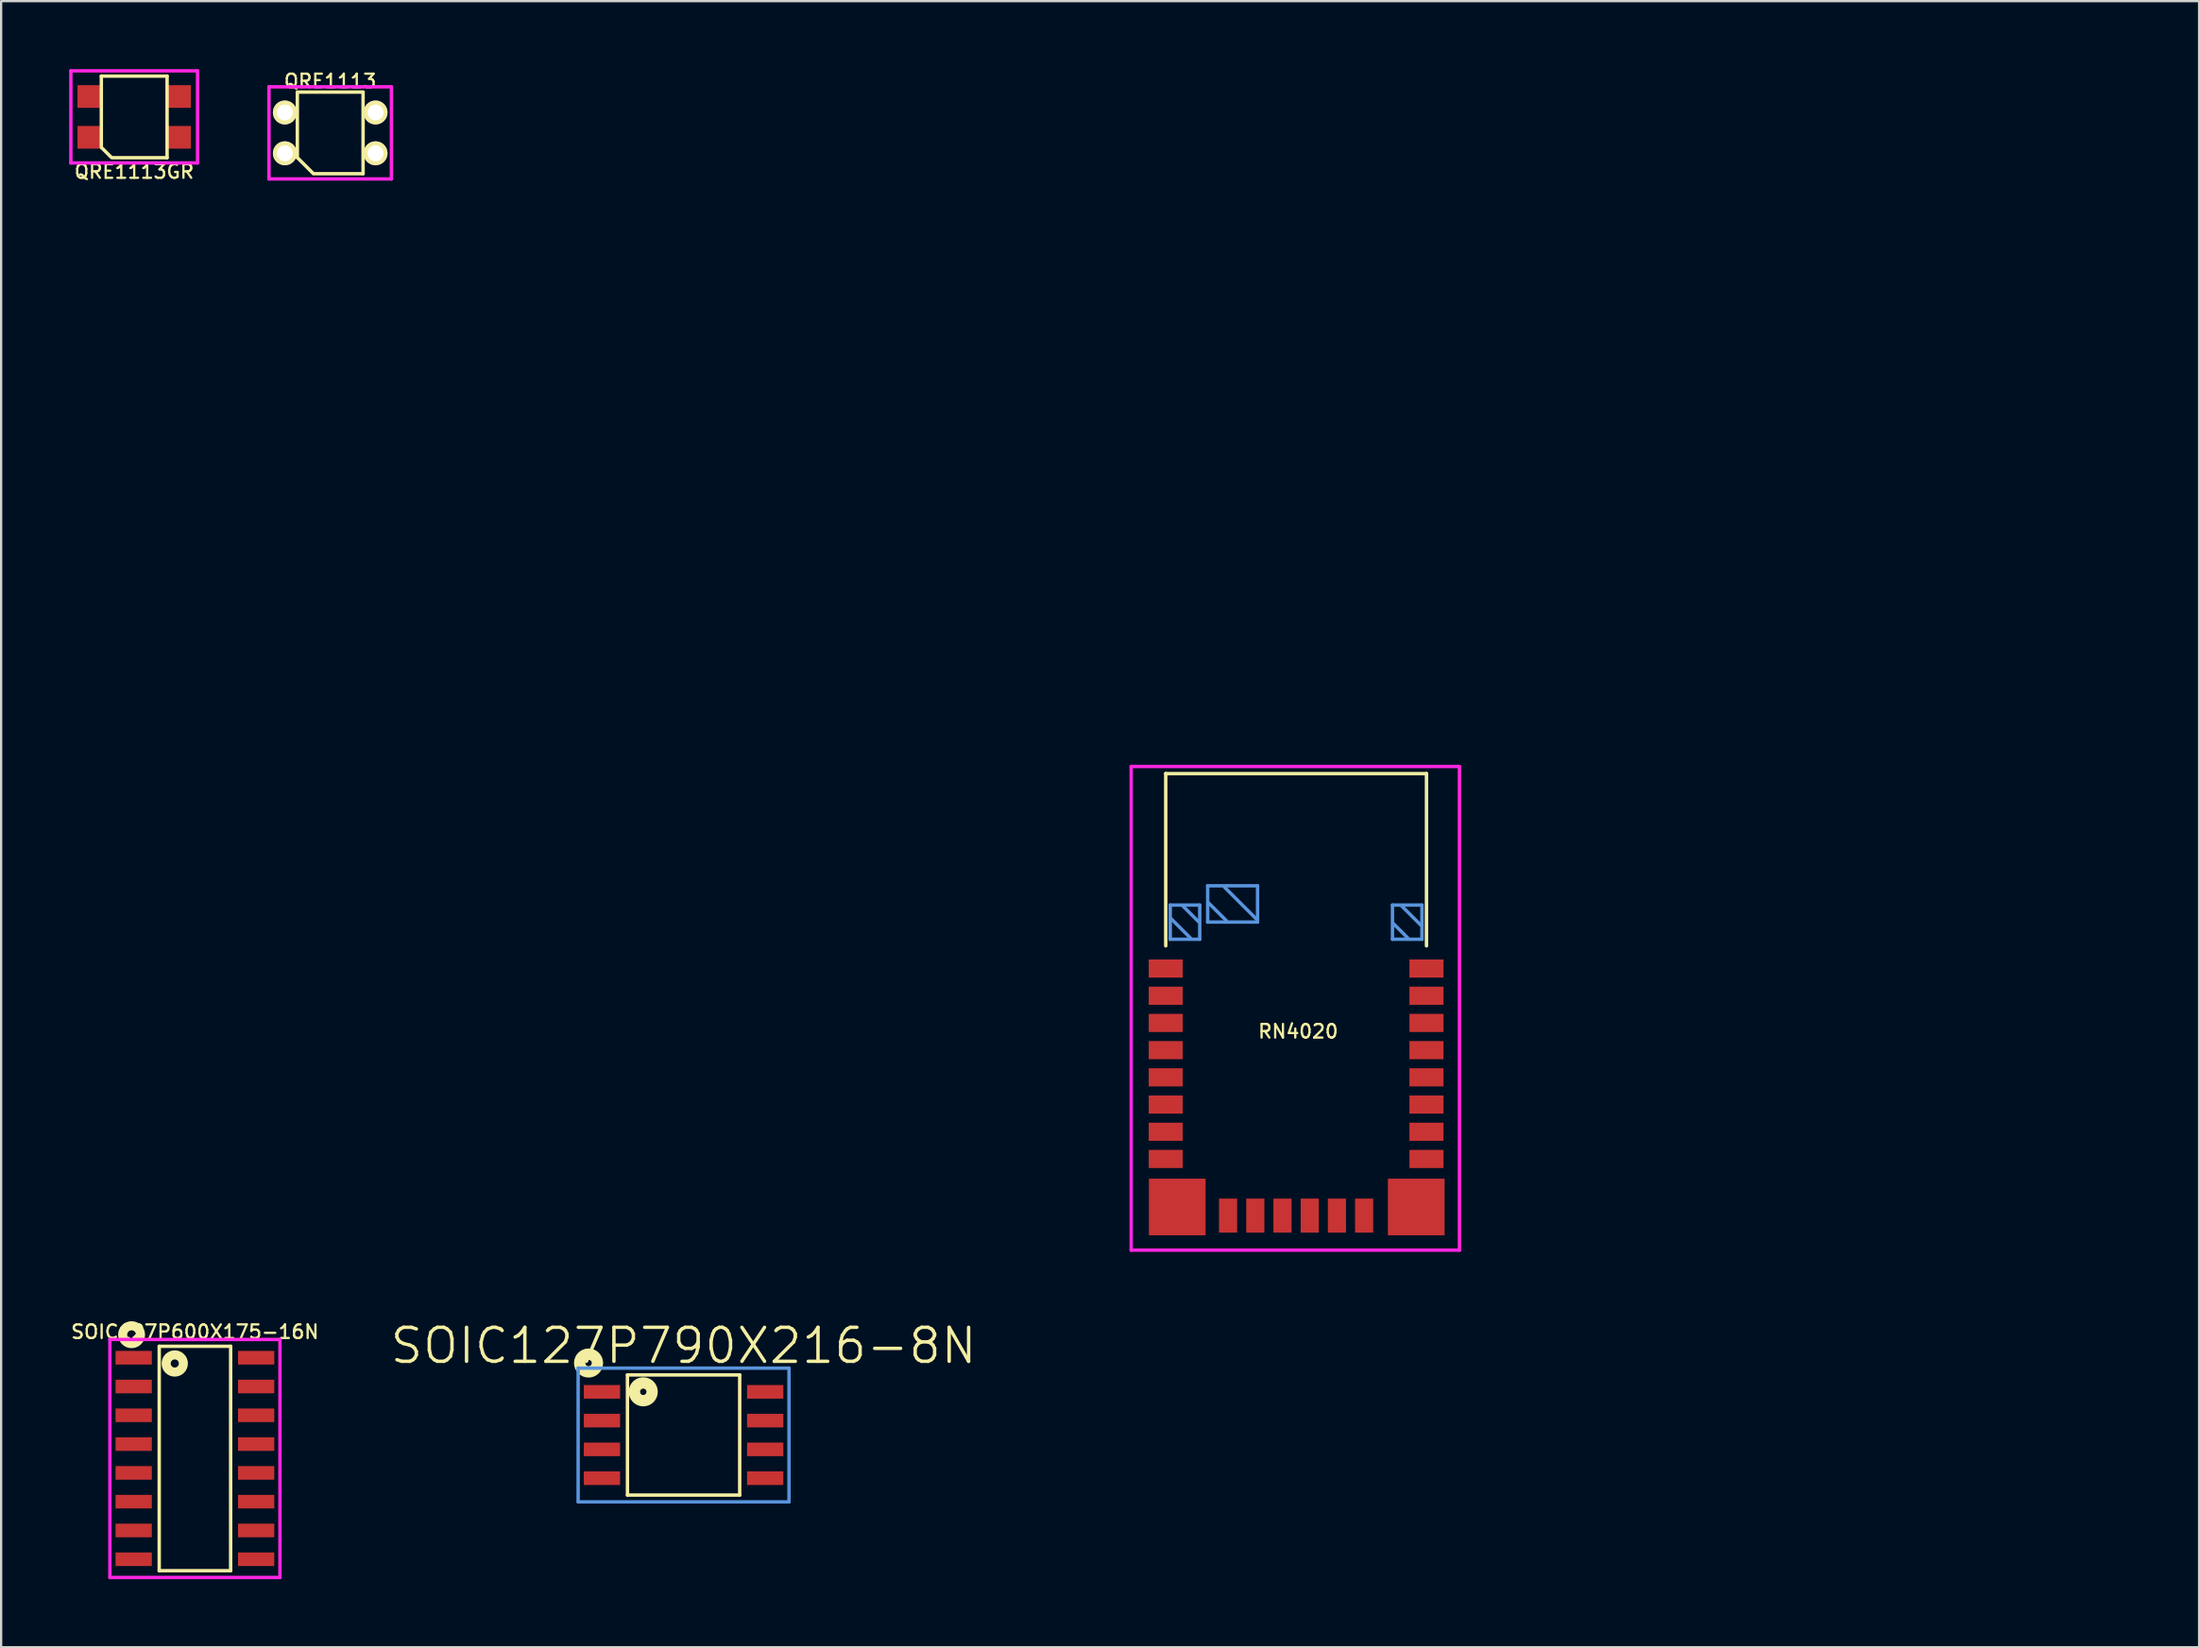
<source format=kicad_pcb>
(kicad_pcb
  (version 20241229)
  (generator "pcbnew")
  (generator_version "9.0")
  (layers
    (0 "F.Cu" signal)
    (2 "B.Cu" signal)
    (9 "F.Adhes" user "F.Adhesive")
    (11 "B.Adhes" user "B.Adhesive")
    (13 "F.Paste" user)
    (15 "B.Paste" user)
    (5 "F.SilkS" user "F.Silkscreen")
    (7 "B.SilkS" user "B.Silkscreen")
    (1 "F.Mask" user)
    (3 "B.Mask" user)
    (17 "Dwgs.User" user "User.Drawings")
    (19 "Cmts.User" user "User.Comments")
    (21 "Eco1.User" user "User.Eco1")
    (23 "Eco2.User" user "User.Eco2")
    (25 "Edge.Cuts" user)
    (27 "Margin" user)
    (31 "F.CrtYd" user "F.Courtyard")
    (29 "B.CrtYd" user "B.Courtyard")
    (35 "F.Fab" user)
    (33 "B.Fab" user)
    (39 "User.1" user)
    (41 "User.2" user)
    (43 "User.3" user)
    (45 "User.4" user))
  (footprint "RN4020"
    (layer "F.Cu")
    (at 48.363 50.575)
    (property "Reference" "RN4020" (at 5.842 -8.128 0) (layer "F.SilkS") (effects (font (size 0.6 0.6) (thickness 0.1))))
    (attr through_hole)
    (fp_line (start 0 -19.5) (end 11.5 -19.5) (stroke (width 0.15) (type solid)) (layer "F.SilkS"))
    (fp_line (start 0 -11.9) (end 0 -19.5) (stroke (width 0.15) (type solid)) (layer "F.SilkS"))
    (fp_line (start 11.5 -19.5) (end 11.5 -11.9) (stroke (width 0.15) (type solid)) (layer "F.SilkS"))
    (fp_line (start 0.2 -13.7) (end 0.2 -12.192) (stroke (width 0.15) (type solid)) (layer "Cmts.User"))
    (fp_line (start 0.2 -12.192) (end 1.5 -12.192) (stroke (width 0.15) (type solid)) (layer "Cmts.User"))
    (fp_line (start 0.254 -13.081) (end 1.079 -12.255) (stroke (width 0.15) (type solid)) (layer "Cmts.User"))
    (fp_line (start 0.762 -13.652) (end 1.46 -12.954) (stroke (width 0.15) (type solid)) (layer "Cmts.User"))
    (fp_line (start 1.5 -13.7) (end 0.2 -13.7) (stroke (width 0.15) (type solid)) (layer "Cmts.User"))
    (fp_line (start 1.5 -12.192) (end 1.5 -13.7) (stroke (width 0.15) (type solid)) (layer "Cmts.User"))
    (fp_line (start 1.85 -14.55) (end 1.85 -12.95) (stroke (width 0.15) (type solid)) (layer "Cmts.User"))
    (fp_line (start 1.85 -12.95) (end 4.05 -12.95) (stroke (width 0.15) (type solid)) (layer "Cmts.User"))
    (fp_line (start 1.905 -13.78) (end 2.667 -13.018) (stroke (width 0.15) (type solid)) (layer "Cmts.User"))
    (fp_line (start 2.603 -14.478) (end 4 -13.081) (stroke (width 0.15) (type solid)) (layer "Cmts.User"))
    (fp_line (start 4.05 -14.55) (end 1.85 -14.55) (stroke (width 0.15) (type solid)) (layer "Cmts.User"))
    (fp_line (start 4.05 -12.95) (end 4.05 -14.55) (stroke (width 0.15) (type solid)) (layer "Cmts.User"))
    (fp_line (start 10 -13.7) (end 10 -12.192) (stroke (width 0.15) (type solid)) (layer "Cmts.User"))
    (fp_line (start 10 -12.192) (end 11.3 -12.192) (stroke (width 0.15) (type solid)) (layer "Cmts.User"))
    (fp_line (start 10.033 -12.89) (end 10.668 -12.255) (stroke (width 0.15) (type solid)) (layer "Cmts.User"))
    (fp_line (start 10.414 -13.652) (end 11.239 -12.827) (stroke (width 0.15) (type solid)) (layer "Cmts.User"))
    (fp_line (start 11.3 -13.7) (end 10 -13.7) (stroke (width 0.15) (type solid)) (layer "Cmts.User"))
    (fp_line (start 11.3 -12.192) (end 11.3 -13.7) (stroke (width 0.15) (type solid)) (layer "Cmts.User"))
    (fp_line (start -31 -50.5) (end 42.5 -50.5) (stroke (width 0.15) (type solid)) (layer "Eco1.User"))
    (fp_line (start -31 -14.55) (end -31 -50.5) (stroke (width 0.15) (type solid)) (layer "Eco1.User"))
    (fp_line (start 42.5 -50.5) (end 42.5 -14.55) (stroke (width 0.15) (type solid)) (layer "Eco1.User"))
    (fp_line (start 42.5 -14.55) (end -31 -14.55) (stroke (width 0.15) (type solid)) (layer "Eco1.User"))
    (fp_line (start -1.524 -19.812) (end 12.954 -19.812) (stroke (width 0.15) (type solid)) (layer "F.CrtYd"))
    (fp_line (start -1.524 1.524) (end -1.524 -19.812) (stroke (width 0.15) (type solid)) (layer "F.CrtYd"))
    (fp_line (start 12.954 -19.812) (end 12.954 1.524) (stroke (width 0.15) (type solid)) (layer "F.CrtYd"))
    (fp_line (start 12.954 1.524) (end -1.524 1.524) (stroke (width 0.15) (type solid)) (layer "F.CrtYd"))
    (pad "1" smd rect (at 0 -10.9) (size 1.5 0.8) (layers "F.Cu" "F.Mask" "F.Paste"))
    (pad "2" smd rect (at 0 -9.7) (size 1.5 0.8) (layers "F.Cu" "F.Mask" "F.Paste"))
    (pad "3" smd rect (at 0 -8.5) (size 1.5 0.8) (layers "F.Cu" "F.Mask" "F.Paste"))
    (pad "4" smd rect (at 0 -7.3) (size 1.5 0.8) (layers "F.Cu" "F.Mask" "F.Paste"))
    (pad "5" smd rect (at 0 -6.1) (size 1.5 0.8) (layers "F.Cu" "F.Mask" "F.Paste"))
    (pad "6" smd rect (at 0 -4.9) (size 1.5 0.8) (layers "F.Cu" "F.Mask" "F.Paste"))
    (pad "7" smd rect (at 0 -3.7) (size 1.5 0.8) (layers "F.Cu" "F.Mask" "F.Paste"))
    (pad "8" smd rect (at 0 -2.5) (size 1.5 0.8) (layers "F.Cu" "F.Mask" "F.Paste"))
    (pad "9" smd rect (at 0.508 -0.381) (size 2.5 2.5) (layers "F.Cu" "F.Mask" "F.Paste"))
    (pad "10" smd rect (at 2.75 0) (size 0.8 1.5) (layers "F.Cu" "F.Mask" "F.Paste"))
    (pad "11" smd rect (at 3.95 0) (size 0.8 1.5) (layers "F.Cu" "F.Mask" "F.Paste"))
    (pad "12" smd rect (at 5.15 0) (size 0.8 1.5) (layers "F.Cu" "F.Mask" "F.Paste"))
    (pad "13" smd rect (at 6.35 0) (size 0.8 1.5) (layers "F.Cu" "F.Mask" "F.Paste"))
    (pad "14" smd rect (at 7.55 0) (size 0.8 1.5) (layers "F.Cu" "F.Mask" "F.Paste"))
    (pad "15" smd rect (at 8.75 0) (size 0.8 1.5) (layers "F.Cu" "F.Mask" "F.Paste"))
    (pad "16" smd rect (at 11.049 -0.381) (size 2.5 2.5) (layers "F.Cu" "F.Mask" "F.Paste"))
    (pad "17" smd rect (at 11.5 -2.5) (size 1.5 0.8) (layers "F.Cu" "F.Mask" "F.Paste"))
    (pad "18" smd rect (at 11.5 -3.7) (size 1.5 0.8) (layers "F.Cu" "F.Mask" "F.Paste"))
    (pad "19" smd rect (at 11.5 -4.9) (size 1.5 0.8) (layers "F.Cu" "F.Mask" "F.Paste"))
    (pad "20" smd rect (at 11.5 -6.1) (size 1.5 0.8) (layers "F.Cu" "F.Mask" "F.Paste"))
    (pad "21" smd rect (at 11.5 -7.3) (size 1.5 0.8) (layers "F.Cu" "F.Mask" "F.Paste"))
    (pad "22" smd rect (at 11.5 -8.5) (size 1.5 0.8) (layers "F.Cu" "F.Mask" "F.Paste"))
    (pad "23" smd rect (at 11.5 -9.7) (size 1.5 0.8) (layers "F.Cu" "F.Mask" "F.Paste"))
    (pad "24" smd rect (at 11.5 -10.9) (size 1.5 0.8) (layers "F.Cu" "F.Mask" "F.Paste")))
  (footprint "QRE1113"
    (layer "F.Cu")
    (at 11.513 2.812)
    (property "Reference" "QRE1113" (at 0 -2.286 0) (layer "F.SilkS") (effects (font (size 0.6 0.6) (thickness 0.1))))
    (attr through_hole)
    (fp_line (start -1.45 -1.8) (end 1.45 -1.8) (stroke (width 0.15) (type solid)) (layer "F.SilkS"))
    (fp_line (start -1.45 1.1) (end -1.45 -1.8) (stroke (width 0.15) (type solid)) (layer "F.SilkS"))
    (fp_line (start -0.762 1.778) (end -1.397 1.143) (stroke (width 0.15) (type solid)) (layer "F.SilkS"))
    (fp_line (start 1.45 -1.8) (end 1.45 1.8) (stroke (width 0.15) (type solid)) (layer "F.SilkS"))
    (fp_line (start 1.45 1.8) (end -0.74 1.8) (stroke (width 0.15) (type solid)) (layer "F.SilkS"))
    (fp_line (start -2.7 -2.032) (end 2.7 -2.032) (stroke (width 0.15) (type solid)) (layer "F.CrtYd"))
    (fp_line (start -2.7 2.032) (end -2.7 -2.032) (stroke (width 0.15) (type solid)) (layer "F.CrtYd"))
    (fp_line (start 2.7 -2.032) (end 2.7 2.032) (stroke (width 0.15) (type solid)) (layer "F.CrtYd"))
    (fp_line (start 2.7 2.032) (end -2.7 2.032) (stroke (width 0.15) (type solid)) (layer "F.CrtYd"))
    (pad "1" thru_hole circle (at -2 0.9) (size 1.056 1.056) (drill 0.7) (layers "*.Cu" "*.Mask" "F.SilkS"))
    (pad "2" thru_hole circle (at 2 0.9) (size 1.056 1.056) (drill 0.7) (layers "*.Cu" "*.Mask" "F.SilkS"))
    (pad "3" thru_hole circle (at 2 -0.9) (size 1.056 1.056) (drill 0.7) (layers "*.Cu" "*.Mask" "F.SilkS"))
    (pad "4" thru_hole circle (at -2 -0.9) (size 1.056 1.056) (drill 0.7) (layers "*.Cu" "*.Mask" "F.SilkS")))
  (footprint "SOIC127P790X216-8N"
    (layer "F.Cu")
    (at 27.098 60.252)
    (property "Reference" "SOIC127P790X216-8N" (at 0 -3.937 0) (layer "F.SilkS") (effects (font (size 1.5 1.5) (thickness 0.15))))
    (attr through_hole)
    (fp_line (start -2.475 -2.65) (end 2.475 -2.65) (stroke (width 0.15) (type solid)) (layer "F.SilkS"))
    (fp_line (start -2.475 2.65) (end -2.475 -2.65) (stroke (width 0.15) (type solid)) (layer "F.SilkS"))
    (fp_line (start 2.475 -2.65) (end 2.475 2.65) (stroke (width 0.15) (type solid)) (layer "F.SilkS"))
    (fp_line (start 2.475 2.65) (end -2.475 2.65) (stroke (width 0.15) (type solid)) (layer "F.SilkS"))
    (fp_circle (center -4.191 -3.175) (end -4.091 -3.075) (stroke (width 0.5) (type solid)) (fill no) (layer "F.SilkS"))
    (fp_circle (center -1.778 -1.905) (end -1.678 -1.805) (stroke (width 0.5) (type solid)) (fill no) (layer "F.SilkS"))
    (fp_line (start -4.65 -2.95) (end 4.65 -2.95) (stroke (width 0.15) (type solid)) (layer "Cmts.User"))
    (fp_line (start -4.65 2.95) (end -4.65 -2.95) (stroke (width 0.15) (type solid)) (layer "Cmts.User"))
    (fp_line (start 4.65 -2.95) (end 4.65 2.95) (stroke (width 0.15) (type solid)) (layer "Cmts.User"))
    (fp_line (start 4.65 2.95) (end -4.65 2.95) (stroke (width 0.15) (type solid)) (layer "Cmts.User"))
    (pad "1" smd rect (at -3.6 -1.905) (size 1.6 0.6) (layers "F.Cu" "F.Mask" "F.Paste"))
    (pad "2" smd rect (at -3.6 -0.635) (size 1.6 0.6) (layers "F.Cu" "F.Mask" "F.Paste"))
    (pad "3" smd rect (at -3.6 0.635) (size 1.6 0.6) (layers "F.Cu" "F.Mask" "F.Paste"))
    (pad "4" smd rect (at -3.6 1.905) (size 1.6 0.6) (layers "F.Cu" "F.Mask" "F.Paste"))
    (pad "5" smd rect (at 3.6 1.905) (size 1.6 0.6) (layers "F.Cu" "F.Mask" "F.Paste"))
    (pad "6" smd rect (at 3.6 0.635) (size 1.6 0.6) (layers "F.Cu" "F.Mask" "F.Paste"))
    (pad "7" smd rect (at 3.6 -0.635) (size 1.6 0.6) (layers "F.Cu" "F.Mask" "F.Paste"))
    (pad "8" smd rect (at 3.6 -1.905) (size 1.6 0.6) (layers "F.Cu" "F.Mask" "F.Paste")))
  (footprint "SOIC127P600X175-16N"
    (layer "F.Cu")
    (at 5.547 61.288)
    (property "Reference" "SOIC127P600X175-16N" (at 0 -5.588 0) (layer "F.SilkS") (effects (font (size 0.6 0.6) (thickness 0.1))))
    (attr through_hole)
    (fp_line (start -1.575 -4.95) (end 1.575 -4.95) (stroke (width 0.15) (type solid)) (layer "F.SilkS"))
    (fp_line (start -1.575 4.95) (end -1.575 -4.95) (stroke (width 0.15) (type solid)) (layer "F.SilkS"))
    (fp_line (start 1.575 -4.95) (end 1.575 4.95) (stroke (width 0.15) (type solid)) (layer "F.SilkS"))
    (fp_line (start 1.575 4.95) (end -1.575 4.95) (stroke (width 0.15) (type solid)) (layer "F.SilkS"))
    (fp_circle (center -2.794 -5.461) (end -2.6 -5.461) (stroke (width 0.4) (type solid)) (fill no) (layer "F.SilkS"))
    (fp_circle (center -0.889 -4.191) (end -0.762 -4.064) (stroke (width 0.4) (type solid)) (fill no) (layer "F.SilkS"))
    (fp_line (start -3.75 -5.25) (end 3.75 -5.25) (stroke (width 0.15) (type solid)) (layer "F.CrtYd"))
    (fp_line (start -3.75 5.25) (end -3.75 -5.25) (stroke (width 0.15) (type solid)) (layer "F.CrtYd"))
    (fp_line (start 3.75 -5.25) (end 3.75 5.25) (stroke (width 0.15) (type solid)) (layer "F.CrtYd"))
    (fp_line (start 3.75 5.25) (end -3.75 5.25) (stroke (width 0.15) (type solid)) (layer "F.CrtYd"))
    (pad "1" smd rect (at -2.7 -4.445) (size 1.6 0.6) (layers "F.Cu" "F.Mask" "F.Paste"))
    (pad "2" smd rect (at -2.7 -3.175) (size 1.6 0.6) (layers "F.Cu" "F.Mask" "F.Paste"))
    (pad "3" smd rect (at -2.7 -1.905) (size 1.6 0.6) (layers "F.Cu" "F.Mask" "F.Paste"))
    (pad "4" smd rect (at -2.7 -0.635) (size 1.6 0.6) (layers "F.Cu" "F.Mask" "F.Paste"))
    (pad "5" smd rect (at -2.7 0.635) (size 1.6 0.6) (layers "F.Cu" "F.Mask" "F.Paste"))
    (pad "6" smd rect (at -2.7 1.905) (size 1.6 0.6) (layers "F.Cu" "F.Mask" "F.Paste"))
    (pad "7" smd rect (at -2.7 3.175) (size 1.6 0.6) (layers "F.Cu" "F.Mask" "F.Paste"))
    (pad "8" smd rect (at -2.7 4.445) (size 1.6 0.6) (layers "F.Cu" "F.Mask" "F.Paste"))
    (pad "9" smd rect (at 2.7 4.445) (size 1.6 0.6) (layers "F.Cu" "F.Mask" "F.Paste"))
    (pad "10" smd rect (at 2.7 3.175) (size 1.6 0.6) (layers "F.Cu" "F.Mask" "F.Paste"))
    (pad "11" smd rect (at 2.7 1.905) (size 1.6 0.6) (layers "F.Cu" "F.Mask" "F.Paste"))
    (pad "12" smd rect (at 2.7 0.635) (size 1.6 0.6) (layers "F.Cu" "F.Mask" "F.Paste"))
    (pad "13" smd rect (at 2.7 -0.635) (size 1.6 0.6) (layers "F.Cu" "F.Mask" "F.Paste"))
    (pad "14" smd rect (at 2.7 -1.905) (size 1.6 0.6) (layers "F.Cu" "F.Mask" "F.Paste"))
    (pad "15" smd rect (at 2.7 -3.175) (size 1.6 0.6) (layers "F.Cu" "F.Mask" "F.Paste"))
    (pad "16" smd rect (at 2.7 -4.445) (size 1.6 0.6) (layers "F.Cu" "F.Mask" "F.Paste")))
  (footprint "QRE1113GR"
    (layer "F.Cu")
    (at 2.869 2.107)
    (property "Reference" "QRE1113GR" (at 0 2.413 0) (layer "F.SilkS") (effects (font (size 0.6 0.6) (thickness 0.1))))
    (attr through_hole)
    (fp_line (start -1.45 -1.8) (end -1.45 1.35) (stroke (width 0.15) (type solid)) (layer "F.SilkS"))
    (fp_line (start -1.397 1.397) (end -1.016 1.778) (stroke (width 0.15) (type solid)) (layer "F.SilkS"))
    (fp_line (start -0.98 1.8) (end 1.45 1.8) (stroke (width 0.15) (type solid)) (layer "F.SilkS"))
    (fp_line (start 1.45 -1.8) (end -1.45 -1.8) (stroke (width 0.15) (type solid)) (layer "F.SilkS"))
    (fp_line (start 1.45 1.8) (end 1.45 -1.8) (stroke (width 0.15) (type solid)) (layer "F.SilkS"))
    (fp_line (start -2.794 -2.032) (end -2.794 2.032) (stroke (width 0.15) (type solid)) (layer "F.CrtYd"))
    (fp_line (start -2.794 2.032) (end 2.794 2.032) (stroke (width 0.15) (type solid)) (layer "F.CrtYd"))
    (fp_line (start 2.794 -2.032) (end -2.794 -2.032) (stroke (width 0.15) (type solid)) (layer "F.CrtYd"))
    (fp_line (start 2.794 2.032) (end 2.794 -2.032) (stroke (width 0.15) (type solid)) (layer "F.CrtYd"))
    (pad "1" smd rect (at -1.95 0.9) (size 1.1 1) (layers "F.Cu" "F.Mask" "F.Paste"))
    (pad "2" smd rect (at 1.95 0.9) (size 1.1 1) (layers "F.Cu" "F.Mask" "F.Paste"))
    (pad "3" smd rect (at 1.95 -0.9) (size 1.1 1) (layers "F.Cu" "F.Mask" "F.Paste"))
    (pad "4" smd rect (at -1.95 -0.9) (size 1.1 1) (layers "F.Cu" "F.Mask" "F.Paste")))
  (gr_rect
    (start -3 -3)
    (end 93.938 69.614)
    (stroke (width 0.1) (type default))
    (fill no)
    (layer "Edge.Cuts")))
</source>
